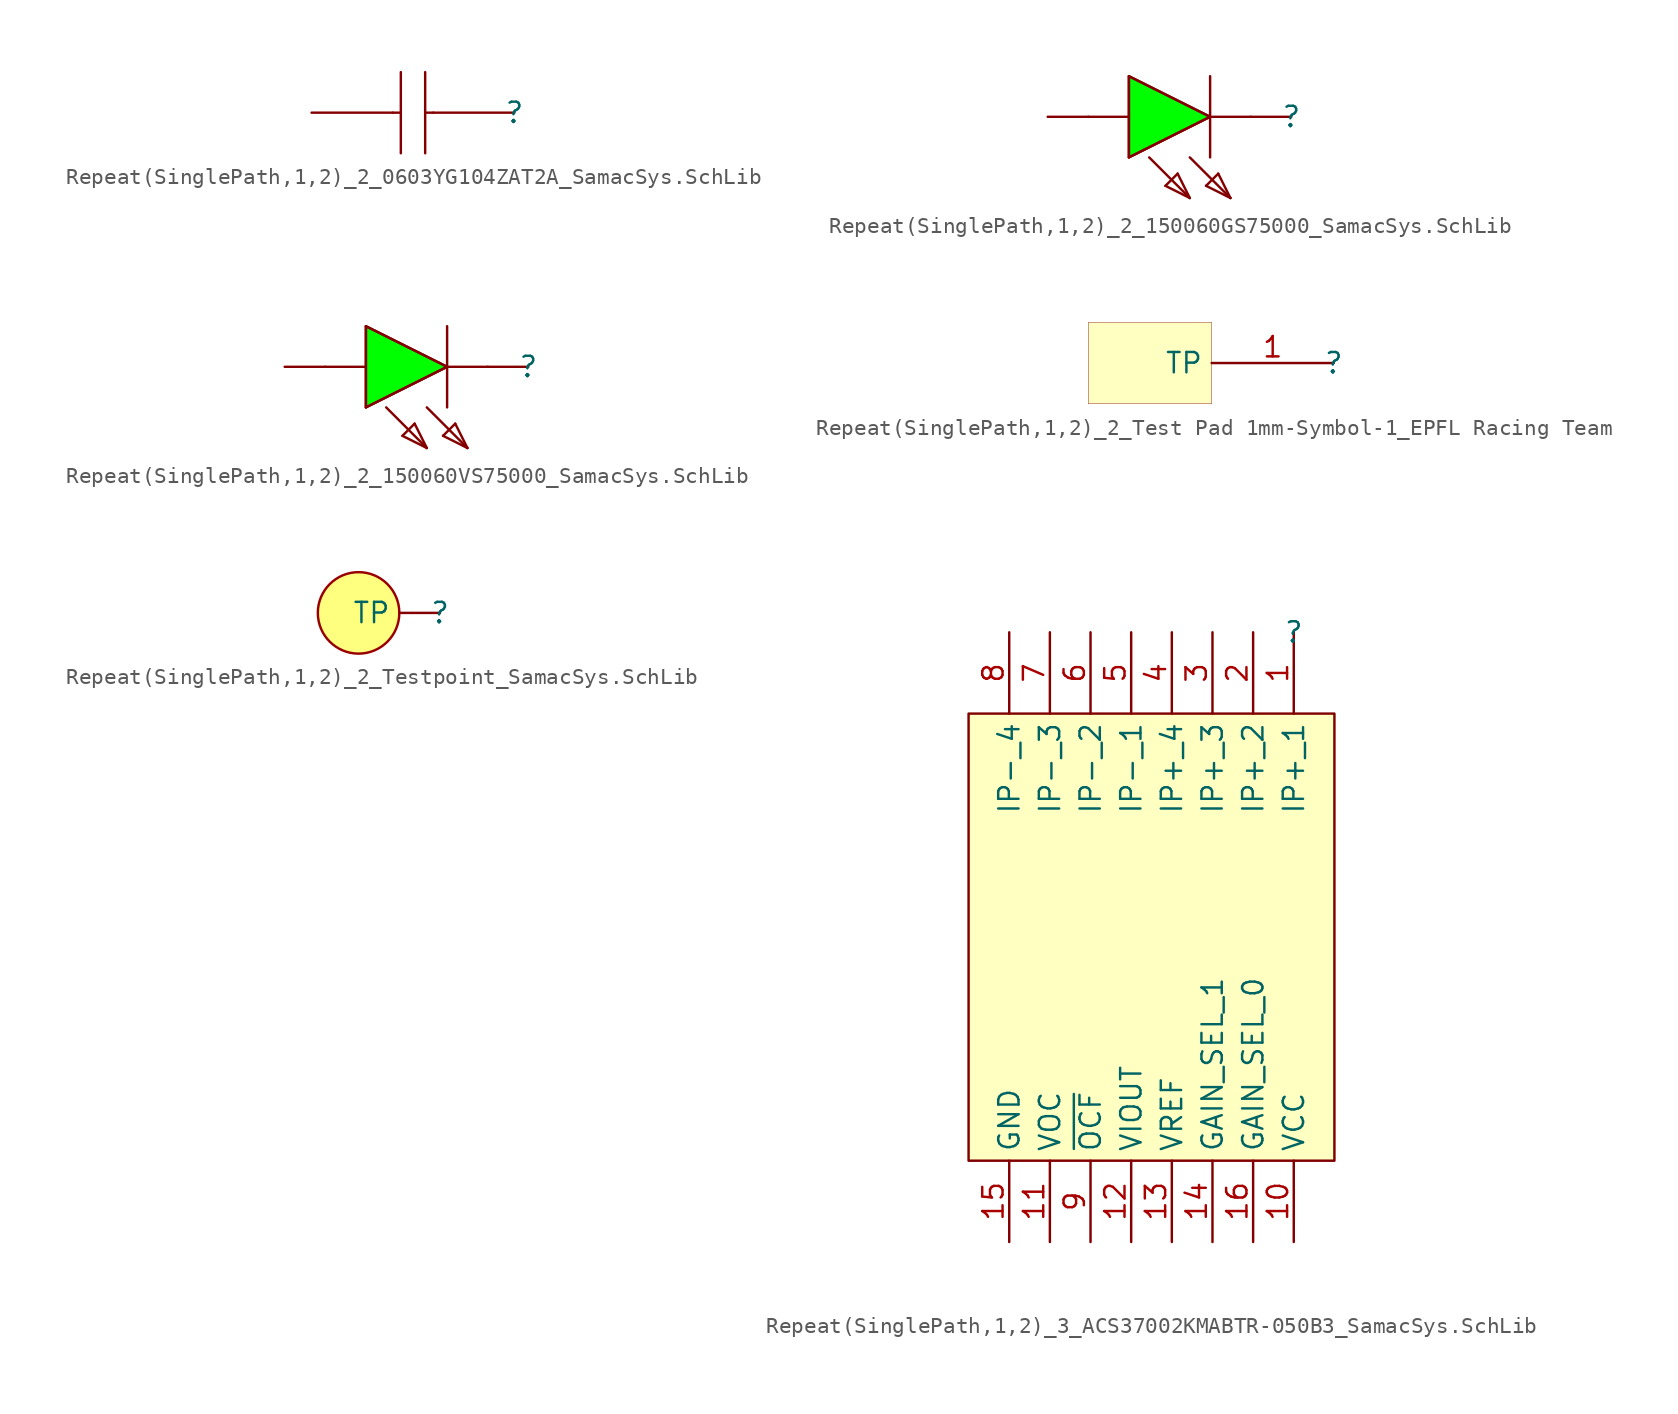
<source format=kicad_sym>
(kicad_symbol_lib
  (version 20241209)
  (generator "kicad_symbol_editor")
  (generator_version "9.0")
  (symbol "Repeat(SinglePath,1,2)_2_0603YG104ZAT2A_SamacSys.SchLib"
    (pin_numbers
      (hide yes))
    (pin_names
      (hide yes))
    (property "Reference" ""
      (at 0 0 0)
      (effects (font (size 1.27 1.27))))
    (property "Value" ""
      (at 0 0 0)
      (effects (font (size 1.27 1.27))))
    (symbol "Repeat(SinglePath,1,2)_2_0603YG104ZAT2A_SamacSys.SchLib_1_0"
      (polyline (pts (xy -7.112 0) (xy -7.62 0)) (stroke (width 0) (type solid)) (fill (type none)))
      (polyline (pts (xy -7.112 -2.54) (xy -7.112 2.54)) (stroke (width 0) (type solid)) (fill (type none)))
      (polyline (pts (xy -5.588 -2.54) (xy -5.588 2.54)) (stroke (width 0) (type solid)) (fill (type none)))
      (polyline (pts (xy -5.08 0) (xy -5.588 0)) (stroke (width 0) (type solid)) (fill (type none)))
      (pin passive line (at -12.7 0 0) (length 5.08) (name "2" (effects (font (size 1.27 1.27)))) (number "2" (effects (font (size 1.27 1.27)))))
      (pin passive line (at 0 0 180) (length 5.08) (name "1" (effects (font (size 1.27 1.27)))) (number "1" (effects (font (size 1.27 1.27)))))))
  (symbol "Repeat(SinglePath,1,2)_2_150060GS75000_SamacSys.SchLib"
    (pin_numbers
      (hide yes))
    (pin_names
      (hide yes))
    (property "Reference" ""
      (at 0 0 0)
      (effects (font (size 1.27 1.27))))
    (property "Value" ""
      (at 0 0 0)
      (effects (font (size 1.27 1.27))))
    (symbol "Repeat(SinglePath,1,2)_2_150060GS75000_SamacSys.SchLib_1_0"
      (polyline (pts (xy -10.16 2.54) (xy -5.08 0)) (stroke (width 0) (type solid)) (fill (type none)))
      (polyline (pts (xy -10.16 0) (xy -12.7 0)) (stroke (width 0) (type solid)) (fill (type none)))
      (polyline (pts (xy -10.16 -2.54) (xy -10.16 2.54)) (stroke (width 0) (type solid)) (fill (type none)))
      (polyline (pts (xy -10.16 -2.54) (xy -5.08 0) (xy -10.16 2.54) (xy -10.16 -2.54)) (stroke (width 0) (type solid)) (fill (type color) (color 0 255 0 1)))
      (polyline (pts (xy -8.89 -2.54) (xy -6.35 -5.08)) (stroke (width 0) (type solid)) (fill (type none)))
      (polyline (pts (xy -7.874 -4.318) (xy -7.112 -3.556)) (stroke (width 0) (type solid)) (fill (type none)))
      (polyline (pts (xy -7.112 -3.556) (xy -6.35 -5.08)) (stroke (width 0) (type solid)) (fill (type none)))
      (polyline (pts (xy -6.35 -2.54) (xy -3.81 -5.08)) (stroke (width 0) (type solid)) (fill (type none)))
      (polyline (pts (xy -6.35 -5.08) (xy -7.874 -4.318)) (stroke (width 0) (type solid)) (fill (type none)))
      (polyline (pts (xy -5.334 -4.318) (xy -4.572 -3.556)) (stroke (width 0) (type solid)) (fill (type none)))
      (polyline (pts (xy -5.08 0) (xy -10.16 -2.54)) (stroke (width 0) (type solid)) (fill (type none)))
      (polyline (pts (xy -5.08 -2.54) (xy -5.08 2.54)) (stroke (width 0) (type solid)) (fill (type none)))
      (polyline (pts (xy -4.572 -3.556) (xy -3.81 -5.08)) (stroke (width 0) (type solid)) (fill (type none)))
      (polyline (pts (xy -3.81 -5.08) (xy -5.334 -4.318)) (stroke (width 0) (type solid)) (fill (type none)))
      (polyline (pts (xy -2.54 0) (xy -5.08 0)) (stroke (width 0) (type solid)) (fill (type none)))
      (pin passive line (at -15.24 0 0) (length 2.54) (name "A" (effects (font (size 1.27 1.27)))) (number "2" (effects (font (size 1.27 1.27)))))
      (pin passive line (at 0 0 180) (length 2.54) (name "K" (effects (font (size 1.27 1.27)))) (number "1" (effects (font (size 1.27 1.27)))))))
  (symbol "Repeat(SinglePath,1,2)_2_150060VS75000_SamacSys.SchLib"
    (pin_numbers
      (hide yes))
    (pin_names
      (hide yes))
    (property "Reference" ""
      (at 0 0 0)
      (effects (font (size 1.27 1.27))))
    (property "Value" ""
      (at 0 0 0)
      (effects (font (size 1.27 1.27))))
    (symbol "Repeat(SinglePath,1,2)_2_150060VS75000_SamacSys.SchLib_1_0"
      (polyline (pts (xy -10.16 2.54) (xy -5.08 0)) (stroke (width 0) (type solid)) (fill (type none)))
      (polyline (pts (xy -10.16 0) (xy -12.7 0)) (stroke (width 0) (type solid)) (fill (type none)))
      (polyline (pts (xy -10.16 -2.54) (xy -10.16 2.54)) (stroke (width 0) (type solid)) (fill (type none)))
      (polyline (pts (xy -10.16 -2.54) (xy -5.08 0) (xy -10.16 2.54) (xy -10.16 -2.54)) (stroke (width 0) (type solid)) (fill (type color) (color 0 255 0 1)))
      (polyline (pts (xy -8.89 -2.54) (xy -6.35 -5.08)) (stroke (width 0) (type solid)) (fill (type none)))
      (polyline (pts (xy -7.874 -4.318) (xy -7.112 -3.556)) (stroke (width 0) (type solid)) (fill (type none)))
      (polyline (pts (xy -7.112 -3.556) (xy -6.35 -5.08)) (stroke (width 0) (type solid)) (fill (type none)))
      (polyline (pts (xy -6.35 -2.54) (xy -3.81 -5.08)) (stroke (width 0) (type solid)) (fill (type none)))
      (polyline (pts (xy -6.35 -5.08) (xy -7.874 -4.318)) (stroke (width 0) (type solid)) (fill (type none)))
      (polyline (pts (xy -5.334 -4.318) (xy -4.572 -3.556)) (stroke (width 0) (type solid)) (fill (type none)))
      (polyline (pts (xy -5.08 0) (xy -10.16 -2.54)) (stroke (width 0) (type solid)) (fill (type none)))
      (polyline (pts (xy -5.08 -2.54) (xy -5.08 2.54)) (stroke (width 0) (type solid)) (fill (type none)))
      (polyline (pts (xy -4.572 -3.556) (xy -3.81 -5.08)) (stroke (width 0) (type solid)) (fill (type none)))
      (polyline (pts (xy -3.81 -5.08) (xy -5.334 -4.318)) (stroke (width 0) (type solid)) (fill (type none)))
      (polyline (pts (xy -2.54 0) (xy -5.08 0)) (stroke (width 0) (type solid)) (fill (type none)))
      (pin passive line (at -15.24 0 0) (length 2.54) (name "A" (effects (font (size 1.27 1.27)))) (number "2" (effects (font (size 1.27 1.27)))))
      (pin passive line (at 0 0 180) (length 2.54) (name "K" (effects (font (size 1.27 1.27)))) (number "1" (effects (font (size 1.27 1.27)))))))
  (symbol "Repeat(SinglePath,1,2)_2_Test Pad 1mm-Symbol-1_EPFL Racing Team"
    (property "Reference" ""
      (at 0 0 0)
      (effects (font (size 1.27 1.27))))
    (property "Value" ""
      (at 0 0 0)
      (effects (font (size 1.27 1.27))))
    (symbol "Repeat(SinglePath,1,2)_2_Test Pad 1mm-Symbol-1_EPFL Racing Team_1_0"
      (rectangle (start -7.62 2.54) (end -15.316 -2.54) (stroke (width 0.025) (type solid) (color 128 0 0 1)) (fill (type background)))
      (pin passive line (at 0 0 180) (length 7.62) (name "TP" (effects (font (size 1.27 1.27)))) (number "1" (effects (font (size 1.27 1.27)))))))
  (symbol "Repeat(SinglePath,1,2)_2_Testpoint_SamacSys.SchLib"
    (pin_numbers
      (hide yes))
    (property "Reference" ""
      (at 0 0 0)
      (effects (font (size 1.27 1.27))))
    (property "Value" ""
      (at 0 0 0)
      (effects (font (size 1.27 1.27))))
    (symbol "Repeat(SinglePath,1,2)_2_Testpoint_SamacSys.SchLib_1_0"
      (circle (center -5.08 0) (radius 2.54) (stroke (width 0) (type solid) (color 152 0 0 1)) (fill (type color) (color 255 255 0 0.5)))
      (pin passive line (at 0 0 180) (length 2.54) (name "TP" (effects (font (size 1.27 1.27)))) (number "1" (effects (font (size 1.27 1.27)))))))
  (symbol "Repeat(SinglePath,1,2)_3_ACS37002KMABTR-050B3_SamacSys.SchLib"
    (property "Reference" ""
      (at 0 0 0)
      (effects (font (size 1.27 1.27))))
    (property "Value" ""
      (at 0 0 0)
      (effects (font (size 1.27 1.27))))
    (symbol "Repeat(SinglePath,1,2)_3_ACS37002KMABTR-050B3_SamacSys.SchLib_1_0"
      (rectangle (start 2.54 -5.08) (end -20.32 -33.02) (stroke (width 0) (type solid) (color 128 0 0 1)) (fill (type background)))
      (pin passive line (at -17.78 0 270) (length 5.08) (name "IP-_4" (effects (font (size 1.27 1.27)))) (number "8" (effects (font (size 1.27 1.27)))))
      (pin passive line (at -17.78 -38.1 90) (length 5.08) (name "GND" (effects (font (size 1.27 1.27)))) (number "15" (effects (font (size 1.27 1.27)))))
      (pin passive line (at -15.24 0 270) (length 5.08) (name "IP-_3" (effects (font (size 1.27 1.27)))) (number "7" (effects (font (size 1.27 1.27)))))
      (pin passive line (at -15.24 -38.1 90) (length 5.08) (name "VOC" (effects (font (size 1.27 1.27)))) (number "11" (effects (font (size 1.27 1.27)))))
      (pin passive line (at -12.7 0 270) (length 5.08) (name "IP-_2" (effects (font (size 1.27 1.27)))) (number "6" (effects (font (size 1.27 1.27)))))
      (pin passive line (at -12.7 -38.1 90) (length 5.08) (name "~{OCF}" (effects (font (size 1.27 1.27)))) (number "9" (effects (font (size 1.27 1.27)))))
      (pin passive line (at -10.16 0 270) (length 5.08) (name "IP-_1" (effects (font (size 1.27 1.27)))) (number "5" (effects (font (size 1.27 1.27)))))
      (pin passive line (at -10.16 -38.1 90) (length 5.08) (name "VIOUT" (effects (font (size 1.27 1.27)))) (number "12" (effects (font (size 1.27 1.27)))))
      (pin passive line (at -7.62 0 270) (length 5.08) (name "IP+_4" (effects (font (size 1.27 1.27)))) (number "4" (effects (font (size 1.27 1.27)))))
      (pin passive line (at -7.62 -38.1 90) (length 5.08) (name "VREF" (effects (font (size 1.27 1.27)))) (number "13" (effects (font (size 1.27 1.27)))))
      (pin passive line (at -5.08 0 270) (length 5.08) (name "IP+_3" (effects (font (size 1.27 1.27)))) (number "3" (effects (font (size 1.27 1.27)))))
      (pin passive line (at -5.08 -38.1 90) (length 5.08) (name "GAIN_SEL_1" (effects (font (size 1.27 1.27)))) (number "14" (effects (font (size 1.27 1.27)))))
      (pin passive line (at -2.54 0 270) (length 5.08) (name "IP+_2" (effects (font (size 1.27 1.27)))) (number "2" (effects (font (size 1.27 1.27)))))
      (pin passive line (at -2.54 -38.1 90) (length 5.08) (name "GAIN_SEL_0" (effects (font (size 1.27 1.27)))) (number "16" (effects (font (size 1.27 1.27)))))
      (pin passive line (at 0 0 270) (length 5.08) (name "IP+_1" (effects (font (size 1.27 1.27)))) (number "1" (effects (font (size 1.27 1.27)))))
      (pin passive line (at 0 -38.1 90) (length 5.08) (name "VCC" (effects (font (size 1.27 1.27)))) (number "10" (effects (font (size 1.27 1.27))))))))
</source>
